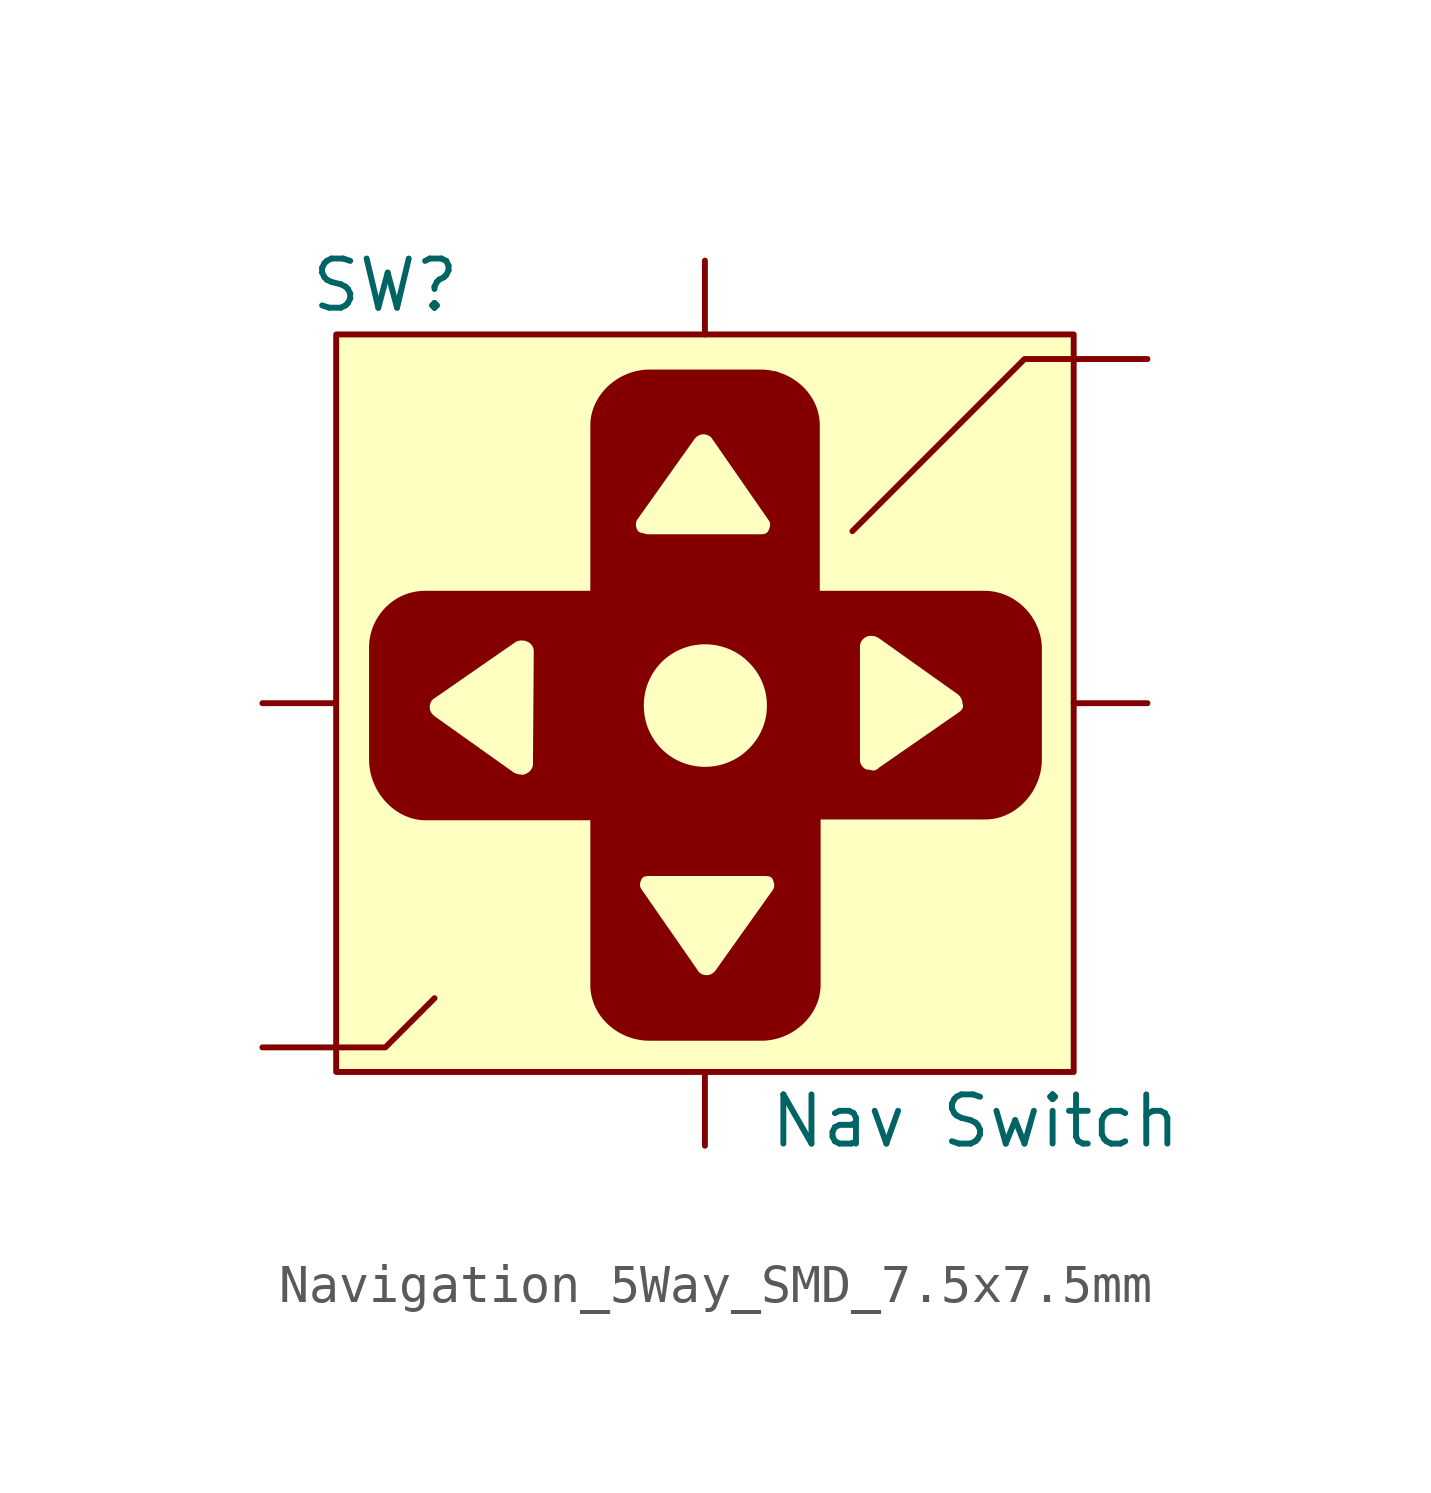
<source format=kicad_sym>
(kicad_symbol_lib
  (version 20231120)
  (generator "kicad_symbol_editor")
  (generator_version "8.0")
  (symbol "Navigation_5Way_SMD_7.5x7.5mm"
    (pin_numbers hide)
    (pin_names
      (offset 0) hide)
    (property "Reference" "SW"
      (at -8.255 10.795 0)
      (effects (font (size 1.27 1.27))))
    (property "Value" "Nav Switch"
      (at 6.985 -10.795 0)
      (effects (font (size 1.27 1.27))))
    (symbol "Navigation_5Way_SMD_7.5x7.5mm_1_0"
      (polyline (pts (xy 1.518 8.616) (xy 1.592 8.61) (xy 1.666 8.601) (xy 1.739 8.589) (xy 1.811 8.573) (xy 1.798 8.587) (xy 1.952 8.531) (xy 2.02 8.506) (xy 2.087 8.477) (xy 2.152 8.446) (xy 2.216 8.412) (xy 2.278 8.374) (xy 2.338 8.335) (xy 2.397 8.292) (xy 2.453 8.247) (xy 2.506 8.2) (xy 2.558 8.15) (xy 2.607 8.098) (xy 2.653 8.044) (xy 2.696 7.987) (xy 2.737 7.929) (xy 2.775 7.869) (xy 2.81 7.806) (xy 2.842 7.743) (xy 2.87 7.677) (xy 2.895 7.61) (xy 2.916 7.541) (xy 2.934 7.471) (xy 2.948 7.4) (xy 2.958 7.327) (xy 2.965 7.253) (xy 2.967 7.178) (xy 2.967 2.903) (xy 7.221 2.903) (xy 7.221 2.903) (xy 7.296 2.901) (xy 7.37 2.895) (xy 7.443 2.885) (xy 7.515 2.872) (xy 7.585 2.855) (xy 7.655 2.835) (xy 7.723 2.811) (xy 7.789 2.785) (xy 7.854 2.755) (xy 7.917 2.722) (xy 7.978 2.686) (xy 8.038 2.647) (xy 8.095 2.606) (xy 8.151 2.562) (xy 8.204 2.515) (xy 8.256 2.466) (xy 8.305 2.415) (xy 8.351 2.361) (xy 8.395 2.306) (xy 8.437 2.248) (xy 8.476 2.189) (xy 8.512 2.128) (xy 8.545 2.065) (xy 8.575 2.001) (xy 8.603 1.935) (xy 8.627 1.868) (xy 8.648 1.799) (xy 8.666 1.73) (xy 8.681 1.659) (xy 8.692 1.588) (xy 8.699 1.515) (xy 8.703 1.442) (xy 8.703 -1.458) (xy 8.701 -1.533) (xy 8.695 -1.608) (xy 8.686 -1.682) (xy 8.673 -1.755) (xy 8.657 -1.827) (xy 8.637 -1.899) (xy 8.614 -1.969) (xy 8.588 -2.038) (xy 8.558 -2.106) (xy 8.526 -2.172) (xy 8.491 -2.237) (xy 8.453 -2.3) (xy 8.412 -2.361) (xy 8.369 -2.42) (xy 8.323 -2.477) (xy 8.274 -2.532) (xy 8.223 -2.584) (xy 8.17 -2.634) (xy 8.115 -2.682) (xy 8.058 -2.726) (xy 7.999 -2.768) (xy 7.938 -2.807) (xy 7.875 -2.842) (xy 7.81 -2.874) (xy 7.744 -2.904) (xy 7.676 -2.929) (xy 7.607 -2.951) (xy 7.536 -2.97) (xy 7.464 -2.984) (xy 7.391 -2.994) (xy 7.317 -3.001) (xy 7.242 -3.003) (xy 2.988 -3.003) (xy 2.988 -7.279) (xy 2.986 -7.352) (xy 2.979 -7.424) (xy 2.969 -7.495) (xy 2.955 -7.565) (xy 2.938 -7.634) (xy 2.916 -7.702) (xy 2.891 -7.769) (xy 2.863 -7.834) (xy 2.831 -7.897) (xy 2.796 -7.959) (xy 2.759 -8.02) (xy 2.718 -8.078) (xy 2.674 -8.135) (xy 2.628 -8.189) (xy 2.579 -8.242) (xy 2.527 -8.292) (xy 2.474 -8.34) (xy 2.418 -8.385) (xy 2.36 -8.428) (xy 2.3 -8.469) (xy 2.237 -8.507) (xy 2.174 -8.542) (xy 2.108 -8.574) (xy 2.041 -8.603) (xy 1.973 -8.629) (xy 1.903 -8.652) (xy 1.832 -8.672) (xy 1.76 -8.688) (xy 1.687 -8.701) (xy 1.613 -8.71) (xy 1.539 -8.716) (xy 1.464 -8.718) (xy -1.436 -8.718) (xy -1.511 -8.716) (xy -1.586 -8.711) (xy -1.659 -8.701) (xy -1.732 -8.689) (xy -1.804 -8.673) (xy -1.875 -8.654) (xy -1.945 -8.632) (xy -2.014 -8.606) (xy -2.08 -8.578) (xy -2.146 -8.546) (xy -2.21 -8.512) (xy -2.272 -8.475) (xy -2.332 -8.435) (xy -2.39 -8.392) (xy -2.446 -8.347) (xy -2.5 -8.3) (xy -2.551 -8.25) (xy -2.6 -8.198) (xy -2.646 -8.144) (xy -2.69 -8.087) (xy -2.731 -8.029) (xy -2.768 -7.969) (xy -2.803 -7.907) (xy -2.835 -7.843) (xy -2.863 -7.777) (xy -2.888 -7.71) (xy -2.91 -7.641) (xy -2.928 -7.571) (xy -2.942 -7.5) (xy -2.952 -7.427) (xy -2.958 -7.353) (xy -2.96 -7.279) (xy -2.96 -4.689) (xy -1.677 -4.689) (xy -1.677 -4.697) (xy -1.677 -4.704) (xy -1.676 -4.712) (xy -1.675 -4.719) (xy -1.674 -4.726) (xy -1.672 -4.734) (xy -1.671 -4.741) (xy -1.668 -4.748) (xy -1.666 -4.755) (xy -1.663 -4.763) (xy -1.656 -4.777) (xy -1.647 -4.792) (xy -1.638 -4.808) (xy -1.627 -4.823) (xy -0.187 -6.897) (xy -0.183 -6.905) (xy -0.179 -6.913) (xy -0.174 -6.92) (xy -0.169 -6.927) (xy -0.163 -6.934) (xy -0.157 -6.941) (xy -0.145 -6.953) (xy -0.132 -6.965) (xy -0.117 -6.975) (xy -0.102 -6.984) (xy -0.087 -6.993) (xy -0.071 -7) (xy -0.054 -7.007) (xy -0.037 -7.012) (xy -0.021 -7.017) (xy -0.004 -7.02) (xy 0.013 -7.022) (xy 0.029 -7.024) (xy 0.045 -7.024) (xy 0.061 -7.024) (xy 0.077 -7.022) (xy 0.093 -7.02) (xy 0.109 -7.017) (xy 0.124 -7.012) (xy 0.14 -7.007) (xy 0.155 -7) (xy 0.17 -6.993) (xy 0.185 -6.984) (xy 0.199 -6.975) (xy 0.213 -6.965) (xy 0.227 -6.953) (xy 0.24 -6.941) (xy 0.254 -6.927) (xy 0.266 -6.913) (xy 0.278 -6.897) (xy 1.739 -4.844) (xy 1.739 -4.844) (xy 1.75 -4.829) (xy 1.76 -4.814) (xy 1.768 -4.798) (xy 1.775 -4.784) (xy 1.78 -4.769) (xy 1.785 -4.754) (xy 1.788 -4.738) (xy 1.789 -4.723) (xy 1.79 -4.707) (xy 1.789 -4.69) (xy 1.787 -4.672) (xy 1.784 -4.654) (xy 1.779 -4.635) (xy 1.774 -4.614) (xy 1.767 -4.592) (xy 1.76 -4.569) (xy 1.756 -4.56) (xy 1.752 -4.551) (xy 1.747 -4.542) (xy 1.742 -4.534) (xy 1.737 -4.527) (xy 1.732 -4.52) (xy 1.726 -4.514) (xy 1.72 -4.508) (xy 1.714 -4.503) (xy 1.708 -4.498) (xy 1.701 -4.493) (xy 1.694 -4.489) (xy 1.687 -4.486) (xy 1.68 -4.482) (xy 1.665 -4.477) (xy 1.648 -4.472) (xy 1.631 -4.469) (xy 1.613 -4.467) (xy 1.593 -4.465) (xy 1.573 -4.464) (xy 1.552 -4.464) (xy 1.506 -4.463) (xy -1.394 -4.463) (xy -1.44 -4.464) (xy -1.461 -4.464) (xy -1.481 -4.465) (xy -1.5 -4.467) (xy -1.519 -4.469) (xy -1.528 -4.471) (xy -1.536 -4.472) (xy -1.544 -4.474) (xy -1.553 -4.477) (xy -1.56 -4.479) (xy -1.568 -4.482) (xy -1.575 -4.486) (xy -1.582 -4.489) (xy -1.589 -4.493) (xy -1.596 -4.498) (xy -1.602 -4.503) (xy -1.608 -4.508) (xy -1.614 -4.514) (xy -1.619 -4.52) (xy -1.625 -4.527) (xy -1.63 -4.534) (xy -1.635 -4.542) (xy -1.639 -4.551) (xy -1.644 -4.56) (xy -1.648 -4.569) (xy -1.655 -4.589) (xy -1.662 -4.607) (xy -1.667 -4.625) (xy -1.671 -4.642) (xy -1.675 -4.658) (xy -1.677 -4.674) (xy -1.677 -4.689) (xy -2.96 -4.689) (xy -2.96 -3.024) (xy -7.236 -3.024) (xy -7.311 -3.02) (xy -7.384 -3.012) (xy -7.457 -3) (xy -7.529 -2.984) (xy -7.598 -2.964) (xy -7.667 -2.941) (xy -7.734 -2.914) (xy -7.8 -2.884) (xy -7.864 -2.85) (xy -7.926 -2.813) (xy -7.986 -2.774) (xy -8.045 -2.731) (xy -8.101 -2.686) (xy -8.155 -2.638) (xy -8.207 -2.587) (xy -8.257 -2.535) (xy -8.304 -2.479) (xy -8.349 -2.422) (xy -8.392 -2.363) (xy -8.432 -2.301) (xy -8.469 -2.238) (xy -8.503 -2.173) (xy -8.535 -2.107) (xy -8.563 -2.039) (xy -8.589 -1.97) (xy -8.611 -1.899) (xy -8.63 -1.828) (xy -8.646 -1.755) (xy -8.659 -1.682) (xy -8.668 -1.608) (xy -8.673 -1.533) (xy -8.675 -1.458) (xy -8.675 -0.103) (xy -7.109 -0.103) (xy -7.108 -0.119) (xy -7.107 -0.135) (xy -7.104 -0.15) (xy -7.101 -0.166) (xy -7.096 -0.182) (xy -7.091 -0.197) (xy -7.084 -0.212) (xy -7.077 -0.227) (xy -7.069 -0.242) (xy -7.059 -0.257) (xy -7.049 -0.271) (xy -7.037 -0.285) (xy -7.025 -0.298) (xy -7.011 -0.311) (xy -6.997 -0.324) (xy -6.982 -0.336) (xy -4.929 -1.796) (xy -4.912 -1.804) (xy -4.893 -1.812) (xy -4.883 -1.815) (xy -4.873 -1.819) (xy -4.863 -1.822) (xy -4.852 -1.825) (xy -4.841 -1.828) (xy -4.83 -1.831) (xy -4.818 -1.833) (xy -4.806 -1.835) (xy -4.795 -1.837) (xy -4.783 -1.838) (xy -4.771 -1.838) (xy -4.759 -1.839) (xy -4.755 -1.841) (xy -4.751 -1.842) (xy -4.747 -1.843) (xy -4.742 -1.845) (xy -4.738 -1.846) (xy -4.734 -1.846) (xy -4.724 -1.847) (xy -4.715 -1.847) (xy -4.705 -1.847) (xy -4.695 -1.846) (xy -4.685 -1.844) (xy -4.675 -1.842) (xy -4.665 -1.839) (xy -4.656 -1.836) (xy -4.646 -1.833) (xy -4.637 -1.829) (xy -4.628 -1.825) (xy -4.619 -1.821) (xy -4.611 -1.817) (xy -4.595 -1.809) (xy -4.58 -1.8) (xy -4.564 -1.789) (xy -4.549 -1.778) (xy -4.534 -1.765) (xy -4.52 -1.752) (xy -4.507 -1.738) (xy -4.495 -1.722) (xy -4.483 -1.706) (xy -4.473 -1.688) (xy -4.464 -1.67) (xy -4.456 -1.651) (xy -4.453 -1.641) (xy -4.45 -1.631) (xy -4.448 -1.62) (xy -4.446 -1.609) (xy -4.444 -1.598) (xy -4.443 -1.587) (xy -4.442 -1.575) (xy -4.442 -1.563) (xy -4.431 -0.061) (xy -1.579 -0.061) (xy -1.577 -0.137) (xy -1.572 -0.213) (xy -1.563 -0.289) (xy -1.55 -0.365) (xy -1.534 -0.44) (xy -1.514 -0.514) (xy -1.491 -0.587) (xy -1.464 -0.659) (xy -1.433 -0.73) (xy -1.399 -0.8) (xy -1.361 -0.868) (xy -1.32 -0.935) (xy -1.275 -1) (xy -1.226 -1.063) (xy -1.174 -1.124) (xy -1.119 -1.183) (xy -1.06 -1.238) (xy -0.999 -1.29) (xy -0.936 -1.339) (xy -0.871 -1.384) (xy -0.804 -1.425) (xy -0.736 -1.463) (xy -0.666 -1.497) (xy -0.595 -1.528) (xy -0.523 -1.555) (xy -0.45 -1.578) (xy -0.376 -1.598) (xy -0.301 -1.614) (xy -0.225 -1.627) (xy -0.149 -1.636) (xy -0.073 -1.641) (xy 0.003 -1.643) (xy 0.08 -1.641) (xy 0.156 -1.636) (xy 0.232 -1.627) (xy 0.307 -1.614) (xy 0.382 -1.598) (xy 0.456 -1.578) (xy 0.53 -1.555) (xy 0.602 -1.528) (xy 0.673 -1.497) (xy 0.743 -1.463) (xy 0.752 -1.458) (xy 4.004 -1.458) (xy 4.004 -1.468) (xy 4.004 -1.478) (xy 4.005 -1.488) (xy 4.007 -1.497) (xy 4.008 -1.507) (xy 4.01 -1.517) (xy 4.013 -1.527) (xy 4.015 -1.536) (xy 4.018 -1.546) (xy 4.022 -1.555) (xy 4.025 -1.564) (xy 4.029 -1.573) (xy 4.034 -1.583) (xy 4.038 -1.591) (xy 4.043 -1.6) (xy 4.049 -1.609) (xy 4.054 -1.617) (xy 4.06 -1.625) (xy 4.066 -1.633) (xy 4.073 -1.641) (xy 4.08 -1.648) (xy 4.087 -1.655) (xy 4.094 -1.662) (xy 4.102 -1.669) (xy 4.11 -1.675) (xy 4.118 -1.682) (xy 4.127 -1.688) (xy 4.135 -1.693) (xy 4.144 -1.698) (xy 4.154 -1.703) (xy 4.163 -1.708) (xy 4.173 -1.712) (xy 4.181 -1.712) (xy 4.191 -1.713) (xy 4.201 -1.714) (xy 4.211 -1.715) (xy 4.233 -1.718) (xy 4.255 -1.722) (xy 4.295 -1.73) (xy 4.311 -1.732) (xy 4.316 -1.733) (xy 4.321 -1.733) (xy 4.327 -1.735) (xy 4.333 -1.736) (xy 4.339 -1.737) (xy 4.345 -1.738) (xy 4.351 -1.738) (xy 4.357 -1.738) (xy 4.363 -1.738) (xy 4.369 -1.738) (xy 4.374 -1.737) (xy 4.38 -1.736) (xy 4.386 -1.735) (xy 4.391 -1.733) (xy 4.397 -1.732) (xy 4.403 -1.73) (xy 4.414 -1.725) (xy 4.425 -1.72) (xy 4.435 -1.714) (xy 4.445 -1.707) (xy 4.455 -1.7) (xy 4.465 -1.693) (xy 4.474 -1.685) (xy 4.482 -1.677) (xy 4.49 -1.669) (xy 6.565 -0.23) (xy 6.565 -0.23) (xy 6.58 -0.218) (xy 6.595 -0.206) (xy 6.608 -0.194) (xy 6.62 -0.182) (xy 6.631 -0.169) (xy 6.64 -0.156) (xy 6.644 -0.15) (xy 6.648 -0.143) (xy 6.652 -0.136) (xy 6.655 -0.129) (xy 6.658 -0.122) (xy 6.66 -0.115) (xy 6.662 -0.108) (xy 6.664 -0.101) (xy 6.665 -0.093) (xy 6.666 -0.085) (xy 6.666 -0.077) (xy 6.666 -0.069) (xy 6.666 -0.061) (xy 6.665 -0.052) (xy 6.663 -0.044) (xy 6.662 -0.035) (xy 6.659 -0.026) (xy 6.657 -0.017) (xy 6.653 -0.007) (xy 6.65 0.003) (xy 6.649 0.019) (xy 6.648 0.035) (xy 6.645 0.05) (xy 6.642 0.066) (xy 6.637 0.082) (xy 6.632 0.097) (xy 6.625 0.112) (xy 6.618 0.127) (xy 6.609 0.142) (xy 6.6 0.156) (xy 6.59 0.171) (xy 6.578 0.184) (xy 6.566 0.198) (xy 6.552 0.211) (xy 6.538 0.224) (xy 6.523 0.236) (xy 4.47 1.696) (xy 4.453 1.704) (xy 4.437 1.711) (xy 4.42 1.718) (xy 4.402 1.723) (xy 4.385 1.728) (xy 4.366 1.733) (xy 4.348 1.736) (xy 4.329 1.738) (xy 4.31 1.74) (xy 4.291 1.74) (xy 4.272 1.74) (xy 4.252 1.738) (xy 4.232 1.735) (xy 4.213 1.73) (xy 4.193 1.725) (xy 4.173 1.717) (xy 4.157 1.709) (xy 4.141 1.7) (xy 4.126 1.689) (xy 4.111 1.678) (xy 4.096 1.665) (xy 4.082 1.652) (xy 4.069 1.637) (xy 4.057 1.622) (xy 4.045 1.606) (xy 4.035 1.588) (xy 4.026 1.57) (xy 4.018 1.551) (xy 4.015 1.541) (xy 4.012 1.53) (xy 4.01 1.52) (xy 4.008 1.509) (xy 4.006 1.498) (xy 4.005 1.487) (xy 4.004 1.475) (xy 4.004 1.463) (xy 4.004 -1.458) (xy 0.752 -1.458) (xy 0.811 -1.425) (xy 0.878 -1.384) (xy 0.943 -1.339) (xy 1.006 -1.29) (xy 1.066 -1.238) (xy 1.125 -1.183) (xy 1.183 -1.124) (xy 1.237 -1.063) (xy 1.287 -1) (xy 1.333 -0.935) (xy 1.376 -0.868) (xy 1.415 -0.8) (xy 1.451 -0.73) (xy 1.482 -0.659) (xy 1.51 -0.587) (xy 1.534 -0.514) (xy 1.555 -0.44) (xy 1.572 -0.365) (xy 1.585 -0.289) (xy 1.594 -0.213) (xy 1.599 -0.137) (xy 1.601 -0.061) (xy 1.599 0.016) (xy 1.594 0.092) (xy 1.585 0.168) (xy 1.572 0.243) (xy 1.555 0.318) (xy 1.534 0.393) (xy 1.51 0.466) (xy 1.482 0.538) (xy 1.451 0.609) (xy 1.415 0.679) (xy 1.376 0.747) (xy 1.333 0.814) (xy 1.287 0.879) (xy 1.237 0.942) (xy 1.183 1.002) (xy 1.125 1.061) (xy 1.066 1.117) (xy 1.006 1.169) (xy 0.943 1.218) (xy 0.878 1.263) (xy 0.811 1.304) (xy 0.743 1.342) (xy 0.673 1.376) (xy 0.602 1.407) (xy 0.53 1.433) (xy 0.456 1.457) (xy 0.382 1.477) (xy 0.307 1.493) (xy 0.232 1.505) (xy 0.156 1.514) (xy 0.08 1.52) (xy 0.003 1.522) (xy -0.073 1.52) (xy -0.149 1.514) (xy -0.225 1.505) (xy -0.301 1.493) (xy -0.376 1.477) (xy -0.45 1.457) (xy -0.523 1.433) (xy -0.595 1.407) (xy -0.666 1.376) (xy -0.736 1.342) (xy -0.804 1.304) (xy -0.871 1.263) (xy -0.936 1.218) (xy -0.999 1.169) (xy -1.06 1.117) (xy -1.119 1.061) (xy -1.174 1.002) (xy -1.226 0.942) (xy -1.275 0.879) (xy -1.32 0.814) (xy -1.361 0.747) (xy -1.399 0.679) (xy -1.433 0.609) (xy -1.464 0.538) (xy -1.491 0.466) (xy -1.514 0.392) (xy -1.534 0.318) (xy -1.55 0.243) (xy -1.563 0.168) (xy -1.572 0.092) (xy -1.577 0.016) (xy -1.579 -0.061) (xy -4.431 -0.061) (xy -4.421 1.336) (xy -4.421 1.346) (xy -4.421 1.356) (xy -4.422 1.366) (xy -4.423 1.376) (xy -4.425 1.386) (xy -4.427 1.395) (xy -4.429 1.405) (xy -4.432 1.415) (xy -4.435 1.424) (xy -4.439 1.434) (xy -4.442 1.443) (xy -4.446 1.452) (xy -4.451 1.461) (xy -4.455 1.47) (xy -4.46 1.479) (xy -4.466 1.487) (xy -4.471 1.496) (xy -4.477 1.504) (xy -4.483 1.512) (xy -4.49 1.519) (xy -4.497 1.527) (xy -4.504 1.534) (xy -4.511 1.541) (xy -4.519 1.548) (xy -4.527 1.554) (xy -4.535 1.56) (xy -4.543 1.566) (xy -4.552 1.572) (xy -4.561 1.577) (xy -4.571 1.582) (xy -4.58 1.586) (xy -4.59 1.59) (xy -4.606 1.598) (xy -4.624 1.604) (xy -4.643 1.609) (xy -4.663 1.614) (xy -4.684 1.617) (xy -4.705 1.619) (xy -4.727 1.62) (xy -4.749 1.619) (xy -4.771 1.618) (xy -4.792 1.615) (xy -4.813 1.611) (xy -4.834 1.605) (xy -4.854 1.598) (xy -4.873 1.59) (xy -4.891 1.58) (xy -4.899 1.575) (xy -4.907 1.569) (xy -6.982 0.13) (xy -6.99 0.126) (xy -6.997 0.121) (xy -7.005 0.116) (xy -7.011 0.111) (xy -7.018 0.106) (xy -7.025 0.1) (xy -7.037 0.087) (xy -7.049 0.074) (xy -7.059 0.06) (xy -7.069 0.045) (xy -7.077 0.029) (xy -7.084 0.013) (xy -7.091 -0.003) (xy -7.096 -0.02) (xy -7.101 -0.037) (xy -7.104 -0.054) (xy -7.107 -0.07) (xy -7.108 -0.087) (xy -7.109 -0.103) (xy -8.675 -0.103) (xy -8.675 1.442) (xy -8.673 1.515) (xy -8.668 1.588) (xy -8.659 1.659) (xy -8.646 1.73) (xy -8.63 1.799) (xy -8.611 1.868) (xy -8.589 1.935) (xy -8.563 2.001) (xy -8.535 2.065) (xy -8.503 2.128) (xy -8.469 2.189) (xy -8.432 2.248) (xy -8.392 2.306) (xy -8.349 2.361) (xy -8.304 2.415) (xy -8.257 2.466) (xy -8.207 2.515) (xy -8.155 2.562) (xy -8.101 2.606) (xy -8.045 2.647) (xy -7.986 2.686) (xy -7.926 2.722) (xy -7.864 2.755) (xy -7.8 2.785) (xy -7.734 2.811) (xy -7.667 2.835) (xy -7.598 2.855) (xy -7.529 2.872) (xy -7.457 2.885) (xy -7.384 2.895) (xy -7.311 2.901) (xy -7.236 2.903) (xy -2.96 2.903) (xy -2.96 4.619) (xy -1.783 4.619) (xy -1.782 4.601) (xy -1.78 4.584) (xy -1.777 4.566) (xy -1.773 4.548) (xy -1.767 4.529) (xy -1.761 4.51) (xy -1.754 4.49) (xy -1.749 4.481) (xy -1.745 4.472) (xy -1.74 4.464) (xy -1.735 4.456) (xy -1.729 4.449) (xy -1.724 4.443) (xy -1.717 4.437) (xy -1.711 4.432) (xy -1.704 4.427) (xy -1.697 4.422) (xy -1.69 4.418) (xy -1.683 4.415) (xy -1.667 4.408) (xy -1.65 4.403) (xy -1.633 4.398) (xy -1.615 4.394) (xy -1.578 4.386) (xy -1.559 4.382) (xy -1.539 4.377) (xy -1.519 4.37) (xy -1.5 4.363) (xy 1.4 4.363) (xy 1.44 4.364) (xy 1.459 4.364) (xy 1.479 4.365) (xy 1.498 4.367) (xy 1.516 4.37) (xy 1.525 4.372) (xy 1.534 4.374) (xy 1.543 4.376) (xy 1.551 4.379) (xy 1.559 4.382) (xy 1.568 4.386) (xy 1.575 4.39) (xy 1.583 4.394) (xy 1.591 4.399) (xy 1.598 4.404) (xy 1.605 4.41) (xy 1.612 4.417) (xy 1.618 4.424) (xy 1.624 4.431) (xy 1.63 4.439) (xy 1.635 4.448) (xy 1.641 4.458) (xy 1.646 4.468) (xy 1.65 4.479) (xy 1.654 4.49) (xy 1.662 4.51) (xy 1.668 4.528) (xy 1.673 4.546) (xy 1.678 4.563) (xy 1.681 4.579) (xy 1.683 4.595) (xy 1.684 4.61) (xy 1.684 4.618) (xy 1.683 4.625) (xy 1.683 4.633) (xy 1.682 4.64) (xy 1.681 4.647) (xy 1.679 4.654) (xy 1.677 4.662) (xy 1.675 4.669) (xy 1.672 4.676) (xy 1.669 4.684) (xy 1.662 4.698) (xy 1.654 4.713) (xy 1.644 4.729) (xy 1.633 4.744) (xy 0.194 6.819) (xy 0.19 6.826) (xy 0.185 6.834) (xy 0.18 6.841) (xy 0.175 6.848) (xy 0.17 6.855) (xy 0.164 6.862) (xy 0.151 6.874) (xy 0.138 6.886) (xy 0.124 6.896) (xy 0.109 6.905) (xy 0.093 6.914) (xy 0.077 6.921) (xy 0.061 6.928) (xy 0.044 6.933) (xy 0.027 6.938) (xy 0.01 6.941) (xy -0.006 6.944) (xy -0.023 6.945) (xy -0.039 6.946) (xy -0.055 6.945) (xy -0.071 6.944) (xy -0.087 6.941) (xy -0.102 6.938) (xy -0.118 6.933) (xy -0.133 6.928) (xy -0.148 6.921) (xy -0.163 6.914) (xy -0.178 6.905) (xy -0.193 6.896) (xy -0.207 6.886) (xy -0.221 6.874) (xy -0.234 6.862) (xy -0.247 6.848) (xy -0.26 6.834) (xy -0.272 6.819) (xy -1.732 4.765) (xy -1.744 4.75) (xy -1.753 4.734) (xy -1.762 4.718) (xy -1.768 4.702) (xy -1.774 4.685) (xy -1.778 4.669) (xy -1.781 4.652) (xy -1.783 4.636) (xy -1.783 4.619) (xy -2.96 4.619) (xy -2.96 7.178) (xy -2.958 7.251) (xy -2.952 7.324) (xy -2.942 7.395) (xy -2.928 7.465) (xy -2.91 7.534) (xy -2.888 7.602) (xy -2.863 7.668) (xy -2.835 7.734) (xy -2.803 7.797) (xy -2.769 7.859) (xy -2.731 7.92) (xy -2.69 7.978) (xy -2.646 8.034) (xy -2.6 8.089) (xy -2.551 8.142) (xy -2.5 8.192) (xy -2.446 8.24) (xy -2.39 8.285) (xy -2.332 8.328) (xy -2.272 8.369) (xy -2.21 8.407) (xy -2.146 8.442) (xy -2.08 8.474) (xy -2.014 8.503) (xy -1.945 8.529) (xy -1.875 8.552) (xy -1.804 8.572) (xy -1.732 8.588) (xy -1.659 8.601) (xy -1.586 8.61) (xy -1.511 8.616) (xy -1.436 8.618) (xy 1.443 8.618) (xy 1.518 8.616)) (stroke (width -0.0001) (type solid)) (fill (type outline))))
    (symbol "Navigation_5Way_SMD_7.5x7.5mm_1_1"
      (rectangle (start -9.525 9.525) (end 9.525 -9.525) (stroke (width 0) (type default)) (fill (type background)))
      (polyline (pts (xy -6.985 -7.62) (xy -8.255 -8.89) (xy -9.525 -8.89)) (stroke (width 0) (type default)) (fill (type none)))
      (polyline (pts (xy 3.81 4.445) (xy 8.255 8.89) (xy 9.525 8.89)) (stroke (width 0) (type default)) (fill (type none)))
      (pin passive line (at -11.43 0 0) (length 1.905) (name "Left" (effects (font (size 1.27 1.27)))) (number "1" (effects (font (size 1.27 1.27)))))
      (pin passive line (at -11.43 -8.89 0) (length 1.905) (name "GND" (effects (font (size 1.27 1.27)))) (number "2" (effects (font (size 1.27 1.27)))))
      (pin passive line (at 0 -11.43 90) (length 1.905) (name "Down" (effects (font (size 1.27 1.27)))) (number "3" (effects (font (size 1.27 1.27)))))
      (pin passive line (at 11.43 0 180) (length 1.905) (name "Right" (effects (font (size 1.27 1.27)))) (number "4" (effects (font (size 1.27 1.27)))))
      (pin passive line (at 11.43 8.89 180) (length 1.905) (name "Center" (effects (font (size 1.27 1.27)))) (number "5" (effects (font (size 1.27 1.27)))))
      (pin passive line (at 0 11.43 270) (length 1.905) (name "Up" (effects (font (size 1.27 1.27)))) (number "6" (effects (font (size 1.27 1.27)))))
      (pin no_connect line (at -11.43 -5.08 0) (length 1.905) hide (name "MP1" (effects (font (size 1.27 1.27)))) (number "MP1" (effects (font (size 1.27 1.27)))))
      (pin no_connect line (at -11.43 -6.35 0) (length 1.905) hide (name "MP2" (effects (font (size 1.27 1.27)))) (number "MP2" (effects (font (size 1.27 1.27))))))))
</source>
